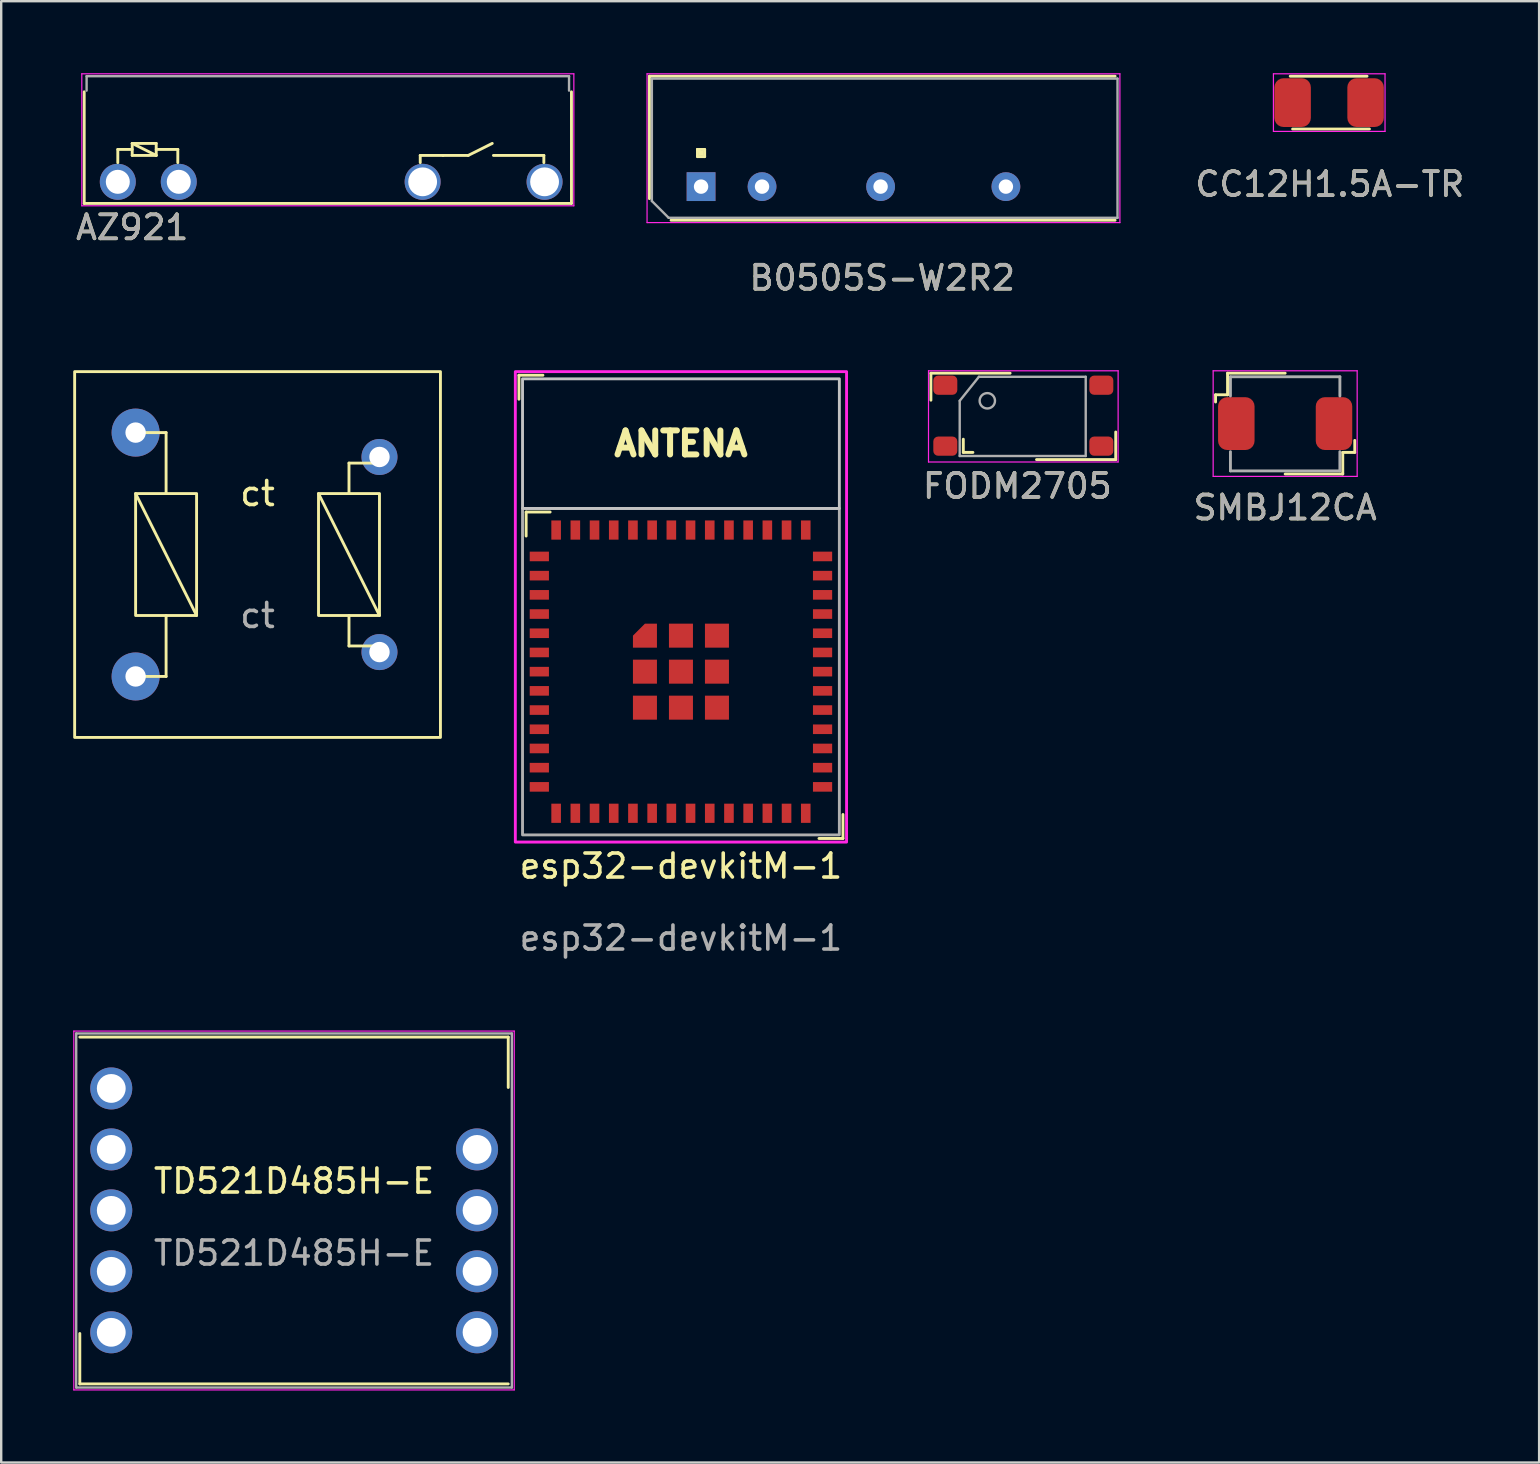
<source format=kicad_pcb>
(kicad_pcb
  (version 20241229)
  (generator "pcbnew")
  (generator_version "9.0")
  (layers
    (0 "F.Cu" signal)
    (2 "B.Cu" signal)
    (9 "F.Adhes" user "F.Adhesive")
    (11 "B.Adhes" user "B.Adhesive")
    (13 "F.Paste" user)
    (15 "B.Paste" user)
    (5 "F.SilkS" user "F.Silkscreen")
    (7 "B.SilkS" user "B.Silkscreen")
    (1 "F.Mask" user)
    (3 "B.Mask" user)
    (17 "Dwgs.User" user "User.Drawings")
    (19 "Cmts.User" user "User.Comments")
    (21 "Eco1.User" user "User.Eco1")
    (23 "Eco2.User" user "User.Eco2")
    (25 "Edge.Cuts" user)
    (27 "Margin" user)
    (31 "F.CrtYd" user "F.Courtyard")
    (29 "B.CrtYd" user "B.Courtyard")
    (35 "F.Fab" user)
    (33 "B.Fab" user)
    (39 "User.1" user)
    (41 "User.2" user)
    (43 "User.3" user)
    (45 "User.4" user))
  (footprint "TD521D485H-E"
    (layer "F.Cu")
    (at 9.2 47.157)
    (property "Reference" "TD521D485H-E" (at 0 -1 0) (unlocked yes) (layer "F.SilkS") (effects (font (size 1 1) (thickness 0.15))))
    (attr through_hole)
    (fp_line (start -8.925 -7) (end 8.925 -7) (stroke (width 0.12) (type solid)) (layer "F.SilkS"))
    (fp_line (start -8.925 7.45) (end -8.925 5.35) (stroke (width 0.12) (type solid)) (layer "F.SilkS"))
    (fp_line (start 8.925 -7) (end 8.925 -4.9) (stroke (width 0.12) (type solid)) (layer "F.SilkS"))
    (fp_line (start 8.925 7.45) (end -8.925 7.45) (stroke (width 0.12) (type solid)) (layer "F.SilkS"))
    (fp_line (start -9.175 -7.25) (end -9.175 7.7) (stroke (width 0.05) (type solid)) (layer "F.CrtYd"))
    (fp_line (start -9.175 7.7) (end 9.175 7.7) (stroke (width 0.05) (type solid)) (layer "F.CrtYd"))
    (fp_line (start 9.175 -7.25) (end -9.175 -7.25) (stroke (width 0.05) (type solid)) (layer "F.CrtYd"))
    (fp_line (start 9.175 7.7) (end 9.175 -7.25) (stroke (width 0.05) (type solid)) (layer "F.CrtYd"))
    (fp_line (start -9.075 -7.15) (end -9.075 7.6) (stroke (width 0.1) (type solid)) (layer "F.Fab"))
    (fp_line (start -9.075 7.6) (end 9.075 7.6) (stroke (width 0.1) (type solid)) (layer "F.Fab"))
    (fp_line (start 9.075 -7.15) (end -9.075 -7.15) (stroke (width 0.1) (type solid)) (layer "F.Fab"))
    (fp_line (start 9.075 7.6) (end 9.075 -7.15) (stroke (width 0.1) (type solid)) (layer "F.Fab"))
    (fp_text user "${REFERENCE}" (at 0 2 0) (unlocked yes) (layer "F.Fab") (effects (font (size 1 1) (thickness 0.15))))
    (pad "1" thru_hole circle (at -7.615 5.3) (size 1.75 1.75) (drill 1.2) (layers "*.Cu" "*.Mask"))
    (pad "2" thru_hole circle (at -7.615 2.76) (size 1.75 1.75) (drill 1.2) (layers "*.Cu" "*.Mask"))
    (pad "3" thru_hole circle (at -7.615 0.22) (size 1.75 1.75) (drill 1.2) (layers "*.Cu" "*.Mask"))
    (pad "4" thru_hole circle (at -7.615 -2.32) (size 1.75 1.75) (drill 1.2) (layers "*.Cu" "*.Mask"))
    (pad "5" thru_hole circle (at -7.615 -4.86) (size 1.75 1.75) (drill 1.2) (layers "*.Cu" "*.Mask"))
    (pad "7" thru_hole circle (at 7.625 -2.32) (size 1.75 1.75) (drill 1.2) (layers "*.Cu" "*.Mask"))
    (pad "8" thru_hole circle (at 7.625 0.22) (size 1.75 1.75) (drill 1.2) (layers "*.Cu" "*.Mask"))
    (pad "9" thru_hole circle (at 7.625 2.76) (size 1.75 1.75) (drill 1.2) (layers "*.Cu" "*.Mask"))
    (pad "10" thru_hole circle (at 7.625 5.3) (size 1.75 1.75) (drill 1.2) (layers "*.Cu" "*.Mask")))
  (footprint "ct"
    (layer "F.Cu")
    (at 7.68 20.053)
    (property "Reference" "ct" (at 0 -2.54 0) (unlocked yes) (layer "F.SilkS") (effects (font (size 1 1) (thickness 0.15))))
    (attr through_hole)
    (fp_line (start -5.08 -2.54) (end -2.54 2.54) (stroke (width 0.12) (type solid)) (layer "F.SilkS"))
    (fp_line (start -3.81 -5.08) (end -5.08 -5.08) (stroke (width 0.12) (type solid)) (layer "F.SilkS"))
    (fp_line (start -3.81 -2.54) (end -3.81 -5.08) (stroke (width 0.12) (type solid)) (layer "F.SilkS"))
    (fp_line (start -3.81 2.54) (end -3.81 5.08) (stroke (width 0.12) (type solid)) (layer "F.SilkS"))
    (fp_line (start -3.81 5.08) (end -5.08 5.08) (stroke (width 0.12) (type solid)) (layer "F.SilkS"))
    (fp_line (start 2.54 -2.54) (end 5.08 2.54) (stroke (width 0.12) (type solid)) (layer "F.SilkS"))
    (fp_line (start 3.81 -3.81) (end 5.08 -3.81) (stroke (width 0.12) (type solid)) (layer "F.SilkS"))
    (fp_line (start 3.81 -2.54) (end 3.81 -3.81) (stroke (width 0.12) (type solid)) (layer "F.SilkS"))
    (fp_line (start 3.81 2.54) (end 3.81 3.81) (stroke (width 0.12) (type solid)) (layer "F.SilkS"))
    (fp_line (start 3.81 3.81) (end 5.08 3.81) (stroke (width 0.12) (type solid)) (layer "F.SilkS"))
    (fp_rect (start -7.62 7.62) (end 7.62 -7.62) (stroke (width 0.12) (type solid)) (fill no) (layer "F.SilkS"))
    (fp_rect (start -5.08 -2.54) (end -2.54 2.54) (stroke (width 0.12) (type solid)) (fill no) (layer "F.SilkS"))
    (fp_rect (start 2.54 -2.54) (end 5.08 2.54) (stroke (width 0.12) (type solid)) (fill no) (layer "F.SilkS"))
    (fp_text user "${REFERENCE}" (at 0 2.54 0) (unlocked yes) (layer "F.Fab") (effects (font (size 1 1) (thickness 0.15))))
    (pad "1" thru_hole circle (at -5.08 -5.08) (size 2 2) (drill 0.85) (layers "*.Cu" "*.Mask"))
    (pad "2" thru_hole circle (at -5.08 5.08) (size 2 2) (drill 0.85) (layers "*.Cu" "*.Mask"))
    (pad "3" thru_hole circle (at 5.08 -4.064) (size 1.5 1.5) (drill 0.85) (layers "*.Cu" "*.Mask"))
    (pad "4" thru_hole circle (at 5.08 4.064) (size 1.5 1.5) (drill 0.85) (layers "*.Cu" "*.Mask")))
  (footprint "AZ921"
    (layer "F.Cu")
    (at 8.458 5.425)
    (property "Reference" "AZ921" (at -6 1 0) (unlocked yes) (layer "F.SilkS") (effects (font (size 1 1) (thickness 0.15))))
    (attr through_hole)
    (fp_line (start -8 0) (end -8 -4.65) (stroke (width 0.12) (type solid)) (layer "F.SilkS"))
    (fp_line (start -8 0) (end 12.3 0) (stroke (width 0.12) (type solid)) (layer "F.SilkS"))
    (fp_line (start -6.6 -2.25) (end -6.6 -1.7) (stroke (width 0.12) (type solid)) (layer "F.SilkS"))
    (fp_line (start -6 -2.5) (end -5 -2.5) (stroke (width 0.12) (type solid)) (layer "F.SilkS"))
    (fp_line (start -6 -2.5) (end -5 -2) (stroke (width 0.12) (type solid)) (layer "F.SilkS"))
    (fp_line (start -6 -2.25) (end -6.6 -2.25) (stroke (width 0.12) (type solid)) (layer "F.SilkS"))
    (fp_line (start -6 -2) (end -6 -2.5) (stroke (width 0.12) (type solid)) (layer "F.SilkS"))
    (fp_line (start -5 -2.5) (end -5 -2) (stroke (width 0.12) (type solid)) (layer "F.SilkS"))
    (fp_line (start -5 -2.25) (end -4.1 -2.25) (stroke (width 0.12) (type solid)) (layer "F.SilkS"))
    (fp_line (start -5 -2) (end -6 -2) (stroke (width 0.12) (type solid)) (layer "F.SilkS"))
    (fp_line (start -4.1 -2.25) (end -4.1 -1.7) (stroke (width 0.12) (type solid)) (layer "F.SilkS"))
    (fp_line (start 6 -2) (end 6.95 -2) (stroke (width 0.12) (type solid)) (layer "F.SilkS"))
    (fp_line (start 6 -1.7) (end 6 -2) (stroke (width 0.12) (type solid)) (layer "F.SilkS"))
    (fp_line (start 6.95 -2) (end 8 -2) (stroke (width 0.12) (type solid)) (layer "F.SilkS"))
    (fp_line (start 8 -2) (end 9 -2.5) (stroke (width 0.12) (type solid)) (layer "F.SilkS"))
    (fp_line (start 9.05 -2) (end 11.15 -2) (stroke (width 0.12) (type solid)) (layer "F.SilkS"))
    (fp_line (start 11.15 -2) (end 11.15 -1.7) (stroke (width 0.12) (type solid)) (layer "F.SilkS"))
    (fp_line (start 12.3 0) (end 12.3 -4.65) (stroke (width 0.12) (type solid)) (layer "F.SilkS"))
    (fp_line (start -8.1 -5.4) (end -8.1 0.1) (stroke (width 0.05) (type solid)) (layer "F.CrtYd"))
    (fp_line (start -8.1 0.1) (end 12.4 0.1) (stroke (width 0.05) (type solid)) (layer "F.CrtYd"))
    (fp_line (start 12.4 -5.4) (end -8.1 -5.4) (stroke (width 0.05) (type solid)) (layer "F.CrtYd"))
    (fp_line (start 12.4 0.1) (end 12.4 -5.4) (stroke (width 0.05) (type solid)) (layer "F.CrtYd"))
    (fp_line (start -7.9 -5.3) (end -7.9 -4.7) (stroke (width 0.1) (type solid)) (layer "F.Fab"))
    (fp_line (start 12.2 -5.3) (end -7.9 -5.3) (stroke (width 0.1) (type solid)) (layer "F.Fab"))
    (fp_line (start 12.2 -5.3) (end 12.2 -4.7) (stroke (width 0.1) (type solid)) (layer "F.Fab"))
    (fp_text user "${REFERENCE}" (at -6 1 0) (unlocked yes) (layer "F.Fab") (effects (font (size 1 1) (thickness 0.15))))
    (pad "1" thru_hole circle (at -6.6 -0.9) (size 1.5 1.5) (drill 1) (layers "*.Cu" "*.Mask"))
    (pad "2" thru_hole circle (at -4.06 -0.9) (size 1.5 1.5) (drill 1) (layers "*.Cu" "*.Mask"))
    (pad "3" thru_hole circle (at 6.1 -0.9) (size 1.5 1.5) (drill 1.2) (layers "*.Cu" "*.Mask"))
    (pad "4" thru_hole circle (at 11.18 -0.9) (size 1.5 1.5) (drill 1.2) (layers "*.Cu" "*.Mask")))
  (footprint "B0505S-W2R2"
    (layer "F.Cu")
    (at 33.708 3.125)
    (property "Reference" "B0505S-W2R2" (at 0 5.4 0) (unlocked yes) (layer "F.SilkS") (effects (font (size 1 1) (thickness 0.15))))
    (attr through_hole)
    (fp_line (start -9.7 -3) (end -9.7 2.1) (stroke (width 0.12) (type solid)) (layer "F.SilkS"))
    (fp_line (start -9.7 -3) (end 9.7 -3) (stroke (width 0.12) (type solid)) (layer "F.SilkS"))
    (fp_line (start -8.8 3) (end 9.7 3) (stroke (width 0.12) (type solid)) (layer "F.SilkS"))
    (fp_line (start -7.7 0.05) (end -7.7 0.35) (stroke (width 0.12) (type solid)) (layer "F.SilkS"))
    (fp_line (start -7.7 0.05) (end -7.6 0.15) (stroke (width 0.12) (type solid)) (layer "F.SilkS"))
    (fp_line (start -7.7 0.35) (end -7.4 0.35) (stroke (width 0.12) (type solid)) (layer "F.SilkS"))
    (fp_line (start -7.6 0.15) (end -7.5 0.15) (stroke (width 0.12) (type solid)) (layer "F.SilkS"))
    (fp_line (start -7.6 0.25) (end -7.6 0.15) (stroke (width 0.12) (type solid)) (layer "F.SilkS"))
    (fp_line (start -7.5 0.15) (end -7.5 0.25) (stroke (width 0.12) (type solid)) (layer "F.SilkS"))
    (fp_line (start -7.5 0.25) (end -7.6 0.25) (stroke (width 0.12) (type solid)) (layer "F.SilkS"))
    (fp_line (start -7.4 0.05) (end -7.7 0.05) (stroke (width 0.12) (type solid)) (layer "F.SilkS"))
    (fp_line (start -7.4 0.35) (end -7.4 0.05) (stroke (width 0.12) (type solid)) (layer "F.SilkS"))
    (fp_line (start -9.8 -3.1) (end 9.9 -3.1) (stroke (width 0.05) (type solid)) (layer "F.CrtYd"))
    (fp_line (start -9.8 3.1) (end -9.8 -3.1) (stroke (width 0.05) (type solid)) (layer "F.CrtYd"))
    (fp_line (start 9.9 -3.1) (end 9.9 3.1) (stroke (width 0.05) (type solid)) (layer "F.CrtYd"))
    (fp_line (start 9.9 3.1) (end -9.8 3.1) (stroke (width 0.05) (type solid)) (layer "F.CrtYd"))
    (fp_line (start -9.6 -2.9) (end -9.6 2.2) (stroke (width 0.1) (type solid)) (layer "F.Fab"))
    (fp_line (start -9.6 2.2) (end -8.9 2.9) (stroke (width 0.1) (type solid)) (layer "F.Fab"))
    (fp_line (start -8.9 2.9) (end 9.8 2.9) (stroke (width 0.1) (type solid)) (layer "F.Fab"))
    (fp_line (start 9.8 -2.9) (end -9.6 -2.9) (stroke (width 0.1) (type solid)) (layer "F.Fab"))
    (fp_line (start 9.8 2.9) (end 9.8 -2.9) (stroke (width 0.1) (type solid)) (layer "F.Fab"))
    (fp_text user "${REFERENCE}" (at 0 5.4 0) (unlocked yes) (layer "F.Fab") (effects (font (size 1 1) (thickness 0.15))))
    (pad "1" thru_hole rect (at -7.55 1.6) (size 1.2 1.2) (drill 0.6) (layers "*.Cu" "*.Mask"))
    (pad "2" thru_hole circle (at -5.01 1.6) (size 1.2 1.2) (drill 0.6) (layers "*.Cu" "*.Mask"))
    (pad "3" thru_hole circle (at -0.07 1.6) (size 1.2 1.2) (drill 0.6) (layers "*.Cu" "*.Mask"))
    (pad "4" thru_hole circle (at 5.15 1.6) (size 1.2 1.2) (drill 0.6) (layers "*.Cu" "*.Mask")))
  (footprint "SMBJ12CA"
    (layer "F.Cu")
    (at 50.493 14.598)
    (property "Reference" "SMBJ12CA" (at 0 3.5 0) (unlocked yes) (layer "F.SilkS") (effects (font (size 1 1) (thickness 0.15))))
    (attr smd)
    (fp_line (start -2.9 -1.2) (end -2.9 -0.9) (stroke (width 0.12) (type solid)) (layer "F.SilkS"))
    (fp_line (start -2.4 -2.1) (end -2.4 -1.2) (stroke (width 0.12) (type solid)) (layer "F.SilkS"))
    (fp_line (start -2.4 -1.2) (end -2.9 -1.2) (stroke (width 0.12) (type solid)) (layer "F.SilkS"))
    (fp_line (start 0 -2.1) (end -2.4 -2.1) (stroke (width 0.12) (type solid)) (layer "F.SilkS"))
    (fp_line (start 0 2.1) (end 2.4 2.1) (stroke (width 0.12) (type solid)) (layer "F.SilkS"))
    (fp_line (start 2.4 1.2) (end 2.9 1.2) (stroke (width 0.12) (type solid)) (layer "F.SilkS"))
    (fp_line (start 2.4 2.1) (end 2.4 1.2) (stroke (width 0.12) (type solid)) (layer "F.SilkS"))
    (fp_line (start 2.9 1.2) (end 2.9 0.7) (stroke (width 0.12) (type solid)) (layer "F.SilkS"))
    (fp_line (start -3 -2.2) (end 3 -2.2) (stroke (width 0.05) (type solid)) (layer "F.CrtYd"))
    (fp_line (start -3 2.2) (end -3 -2.2) (stroke (width 0.05) (type solid)) (layer "F.CrtYd"))
    (fp_line (start -2.9 2.2) (end -3 2.2) (stroke (width 0.05) (type solid)) (layer "F.CrtYd"))
    (fp_line (start 3 -2.2) (end 3 2.2) (stroke (width 0.05) (type solid)) (layer "F.CrtYd"))
    (fp_line (start 3 2.2) (end -2.9 2.2) (stroke (width 0.05) (type solid)) (layer "F.CrtYd"))
    (fp_line (start -2.28 -1.95) (end -2.28 -1.15) (stroke (width 0.12) (type solid)) (layer "F.Fab"))
    (fp_line (start -2.28 1.97) (end -2.28 1.17) (stroke (width 0.12) (type solid)) (layer "F.Fab"))
    (fp_line (start -2.28 1.97) (end 2.28 1.97) (stroke (width 0.12) (type solid)) (layer "F.Fab"))
    (fp_line (start 2.28 -1.95) (end -2.28 -1.95) (stroke (width 0.12) (type solid)) (layer "F.Fab"))
    (fp_line (start 2.28 -1.95) (end 2.28 -1.15) (stroke (width 0.12) (type solid)) (layer "F.Fab"))
    (fp_line (start 2.28 1.97) (end 2.28 1.17) (stroke (width 0.12) (type solid)) (layer "F.Fab"))
    (fp_text user "${REFERENCE}" (at 0 3.5 0) (unlocked yes) (layer "F.Fab") (effects (font (size 1 1) (thickness 0.15))))
    (pad "1" smd roundrect (at -2.035 0) (size 1.52 2.2) (layers "F.Cu" "F.Mask" "F.Paste") (roundrect_rratio 0.25))
    (pad "2" smd roundrect (at 2.035 0) (size 1.52 2.2) (layers "F.Cu" "F.Mask" "F.Paste") (roundrect_rratio 0.25)))
  (footprint "FODM2705"
    (layer "F.Cu")
    (at 39.334 13.998)
    (property "Reference" "FODM2705" (at 0 3.2 0) (unlocked yes) (layer "F.SilkS") (effects (font (size 1 1) (thickness 0.15))))
    (attr smd)
    (fp_line (start -3.6 -1.5) (end -0.3 -1.5) (stroke (width 0.12) (type solid)) (layer "F.SilkS"))
    (fp_line (start -3.6 -0.375) (end -3.6 -1.5) (stroke (width 0.12) (type solid)) (layer "F.SilkS"))
    (fp_line (start -2.25 1.25) (end -2.25 1.8) (stroke (width 0.12) (type solid)) (layer "F.SilkS"))
    (fp_line (start -2.25 1.8) (end -1.85 1.8) (stroke (width 0.12) (type solid)) (layer "F.SilkS"))
    (fp_line (start 0.8 2.1) (end 4.1 2.1) (stroke (width 0.12) (type solid)) (layer "F.SilkS"))
    (fp_line (start 4.1 2.1) (end 4.1 0.95) (stroke (width 0.12) (type solid)) (layer "F.SilkS"))
    (fp_line (start -3.7 -1.6) (end 4.2 -1.6) (stroke (width 0.05) (type solid)) (layer "F.CrtYd"))
    (fp_line (start -3.7 2.2) (end -3.7 -1.6) (stroke (width 0.05) (type solid)) (layer "F.CrtYd"))
    (fp_line (start 4.2 -1.6) (end 4.2 2.2) (stroke (width 0.05) (type solid)) (layer "F.CrtYd"))
    (fp_line (start 4.2 2.2) (end -3.7 2.2) (stroke (width 0.05) (type solid)) (layer "F.CrtYd"))
    (fp_line (start -2.4 -0.35) (end -1.6 -1.35) (stroke (width 0.1) (type solid)) (layer "F.Fab"))
    (fp_line (start -2.4 1.95) (end -2.4 -0.35) (stroke (width 0.1) (type solid)) (layer "F.Fab"))
    (fp_line (start -1.6 -1.35) (end 2.85 -1.35) (stroke (width 0.1) (type solid)) (layer "F.Fab"))
    (fp_line (start 2.85 -1.35) (end 2.85 1.95) (stroke (width 0.1) (type solid)) (layer "F.Fab"))
    (fp_line (start 2.85 1.95) (end -2.4 1.95) (stroke (width 0.1) (type solid)) (layer "F.Fab"))
    (fp_circle (center -1.25 -0.35) (end -1.45 -0.6) (stroke (width 0.1) (type solid)) (fill no) (layer "F.Fab"))
    (fp_text user "${REFERENCE}" (at 0 3.2 0) (unlocked yes) (layer "F.Fab") (effects (font (size 1 1) (thickness 0.15))))
    (pad "1" smd roundrect (at -3 -1) (size 1 0.8) (layers "F.Cu" "F.Mask" "F.Paste") (roundrect_rratio 0.25))
    (pad "2" smd roundrect (at -3 1.54) (size 1 0.8) (layers "F.Cu" "F.Mask" "F.Paste") (roundrect_rratio 0.25))
    (pad "3" smd roundrect (at 3.5 1.54) (size 1 0.8) (layers "F.Cu" "F.Mask" "F.Paste") (roundrect_rratio 0.25))
    (pad "4" smd roundrect (at 3.5 -1) (size 1 0.8) (layers "F.Cu" "F.Mask" "F.Paste") (roundrect_rratio 0.25)))
  (footprint "CC12H1.5A-TR"
    (layer "F.Cu")
    (at 50.804 1.225)
    (property "Reference" "CC12H1.5A-TR" (at 1.55 3.4 0) (unlocked yes) (layer "F.SilkS") (effects (font (size 1 1) (thickness 0.15))))
    (attr smd)
    (fp_line (start -0.1 -1.1) (end 3.1 -1.1) (stroke (width 0.12) (type solid)) (layer "F.SilkS"))
    (fp_line (start 0 1.1) (end 3.2 1.1) (stroke (width 0.12) (type solid)) (layer "F.SilkS"))
    (fp_line (start -0.8 -1.2) (end -0.8 1.2) (stroke (width 0.05) (type solid)) (layer "F.CrtYd"))
    (fp_line (start -0.8 1.2) (end 3.85 1.2) (stroke (width 0.05) (type solid)) (layer "F.CrtYd"))
    (fp_line (start 3.85 -1.2) (end -0.8 -1.2) (stroke (width 0.05) (type solid)) (layer "F.CrtYd"))
    (fp_line (start 3.85 1.2) (end 3.85 -1.2) (stroke (width 0.05) (type solid)) (layer "F.CrtYd"))
    (fp_text user "${REFERENCE}" (at 1.55 3.4 0) (unlocked yes) (layer "F.Fab") (effects (font (size 1 1) (thickness 0.15))))
    (pad "1" smd roundrect (at 0 0) (size 1.52 2.03) (layers "F.Cu" "F.Mask" "F.Paste") (roundrect_rratio 0.25))
    (pad "2" smd roundrect (at 3.04 0) (size 1.52 2.03) (layers "F.Cu" "F.Mask" "F.Paste") (roundrect_rratio 0.25)))
  (footprint "esp32-devkitM-1"
    (layer "F.Cu")
    (at 25.32 24.933)
    (property "Reference" "esp32-devkitM-1" (at 0 8.1 0) (unlocked yes) (layer "F.SilkS") (effects (font (size 1 1) (thickness 0.15))))
    (attr smd)
    (fp_line (start -6.75 -12.35) (end -6.75 -11.35) (stroke (width 0.12) (type solid)) (layer "F.SilkS"))
    (fp_line (start -6.45 -6.65) (end -6.45 -5.65) (stroke (width 0.12) (type solid)) (layer "F.SilkS"))
    (fp_line (start -5.75 -12.35) (end -6.75 -12.35) (stroke (width 0.12) (type solid)) (layer "F.SilkS"))
    (fp_line (start -5.45 -6.65) (end -6.45 -6.65) (stroke (width 0.12) (type solid)) (layer "F.SilkS"))
    (fp_line (start 5.75 6.95) (end 6.75 6.95) (stroke (width 0.12) (type solid)) (layer "F.SilkS"))
    (fp_line (start 6.75 6.95) (end 6.75 5.95) (stroke (width 0.12) (type solid)) (layer "F.SilkS"))
    (fp_rect (start -6.6 -6.8) (end 6.6 -12.2) (stroke (width 0.12) (type solid)) (fill no) (layer "Dwgs.User"))
    (fp_rect (start -6.9 -12.5) (end 6.9 7.1) (stroke (width 0.12) (type solid)) (fill no) (layer "F.CrtYd"))
    (fp_rect (start -6.6 -6.8) (end 6.6 6.8) (stroke (width 0.12) (type solid)) (fill no) (layer "F.Fab"))
    (fp_text user "ANTENA" (at 0 -9.5 0) (unlocked yes) (layer "F.SilkS") (effects (font (size 1 1) (thickness 0.25))))
    (fp_text user "${REFERENCE}" (at 0 11.1 0) (unlocked yes) (layer "F.Fab") (effects (font (size 1 1) (thickness 0.15))))
    (pad "1" smd rect (at -5.9 -4.8) (size 0.8 0.4) (layers "F.Cu" "F.Mask" "F.Paste"))
    (pad "2" smd rect (at -5.9 -4) (size 0.8 0.4) (layers "F.Cu" "F.Mask" "F.Paste"))
    (pad "3" smd rect (at -5.9 -3.2) (size 0.8 0.4) (layers "F.Cu" "F.Mask" "F.Paste"))
    (pad "4" smd rect (at -5.9 -2.4) (size 0.8 0.4) (layers "F.Cu" "F.Mask" "F.Paste"))
    (pad "5" smd rect (at -5.9 -1.6) (size 0.8 0.4) (layers "F.Cu" "F.Mask" "F.Paste"))
    (pad "6" smd rect (at -5.9 -0.8) (size 0.8 0.4) (layers "F.Cu" "F.Mask" "F.Paste"))
    (pad "7" smd rect (at -5.9 0) (size 0.8 0.4) (layers "F.Cu" "F.Mask" "F.Paste"))
    (pad "8" smd rect (at -5.9 0.8) (size 0.8 0.4) (layers "F.Cu" "F.Mask" "F.Paste"))
    (pad "9" smd rect (at -5.9 1.6) (size 0.8 0.4) (layers "F.Cu" "F.Mask" "F.Paste"))
    (pad "10" smd rect (at -5.9 2.4) (size 0.8 0.4) (layers "F.Cu" "F.Mask" "F.Paste"))
    (pad "11" smd rect (at -5.9 3.2) (size 0.8 0.4) (layers "F.Cu" "F.Mask" "F.Paste"))
    (pad "12" smd rect (at -5.9 4) (size 0.8 0.4) (layers "F.Cu" "F.Mask" "F.Paste"))
    (pad "13" smd rect (at -5.9 4.8) (size 0.8 0.4) (layers "F.Cu" "F.Mask" "F.Paste"))
    (pad "14" smd rect (at -5.2 5.9 90) (size 0.8 0.4) (layers "F.Cu" "F.Mask" "F.Paste"))
    (pad "15" smd rect (at -4.4 5.9 90) (size 0.8 0.4) (layers "F.Cu" "F.Mask" "F.Paste"))
    (pad "16" smd rect (at -3.6 5.9 90) (size 0.8 0.4) (layers "F.Cu" "F.Mask" "F.Paste"))
    (pad "17" smd rect (at -2.8 5.9 90) (size 0.8 0.4) (layers "F.Cu" "F.Mask" "F.Paste"))
    (pad "18" smd rect (at -2 5.9 90) (size 0.8 0.4) (layers "F.Cu" "F.Mask" "F.Paste"))
    (pad "19" smd rect (at -1.2 5.9 90) (size 0.8 0.4) (layers "F.Cu" "F.Mask" "F.Paste"))
    (pad "20" smd rect (at -0.4 5.9 90) (size 0.8 0.4) (layers "F.Cu" "F.Mask" "F.Paste"))
    (pad "21" smd rect (at 0.4 5.9 90) (size 0.8 0.4) (layers "F.Cu" "F.Mask" "F.Paste"))
    (pad "22" smd rect (at 1.2 5.9 90) (size 0.8 0.4) (layers "F.Cu" "F.Mask" "F.Paste"))
    (pad "23" smd rect (at 2 5.9 90) (size 0.8 0.4) (layers "F.Cu" "F.Mask" "F.Paste"))
    (pad "24" smd rect (at 2.8 5.9 90) (size 0.8 0.4) (layers "F.Cu" "F.Mask" "F.Paste"))
    (pad "25" smd rect (at 3.6 5.9 90) (size 0.8 0.4) (layers "F.Cu" "F.Mask" "F.Paste"))
    (pad "26" smd rect (at 4.4 5.9 90) (size 0.8 0.4) (layers "F.Cu" "F.Mask" "F.Paste"))
    (pad "27" smd rect (at 5.2 5.9 90) (size 0.8 0.4) (layers "F.Cu" "F.Mask" "F.Paste"))
    (pad "28" smd rect (at 5.9 4.8 180) (size 0.8 0.4) (layers "F.Cu" "F.Mask" "F.Paste"))
    (pad "29" smd rect (at 5.9 4 180) (size 0.8 0.4) (layers "F.Cu" "F.Mask" "F.Paste"))
    (pad "30" smd rect (at 5.9 3.2 180) (size 0.8 0.4) (layers "F.Cu" "F.Mask" "F.Paste"))
    (pad "31" smd rect (at 5.9 2.4 180) (size 0.8 0.4) (layers "F.Cu" "F.Mask" "F.Paste"))
    (pad "32" smd rect (at 5.9 1.6 180) (size 0.8 0.4) (layers "F.Cu" "F.Mask" "F.Paste"))
    (pad "33" smd rect (at 5.9 0.8 180) (size 0.8 0.4) (layers "F.Cu" "F.Mask" "F.Paste"))
    (pad "34" smd rect (at 5.9 0 180) (size 0.8 0.4) (layers "F.Cu" "F.Mask" "F.Paste"))
    (pad "35" smd rect (at 5.9 -0.8 180) (size 0.8 0.4) (layers "F.Cu" "F.Mask" "F.Paste"))
    (pad "36" smd rect (at 5.9 -1.6 180) (size 0.8 0.4) (layers "F.Cu" "F.Mask" "F.Paste"))
    (pad "37" smd rect (at 5.9 -2.4 180) (size 0.8 0.4) (layers "F.Cu" "F.Mask" "F.Paste"))
    (pad "38" smd rect (at 5.9 -3.2 180) (size 0.8 0.4) (layers "F.Cu" "F.Mask" "F.Paste"))
    (pad "39" smd rect (at 5.9 -4 180) (size 0.8 0.4) (layers "F.Cu" "F.Mask" "F.Paste"))
    (pad "40" smd rect (at 5.9 -4.8 180) (size 0.8 0.4) (layers "F.Cu" "F.Mask" "F.Paste"))
    (pad "41" smd rect (at 5.2 -5.9 270) (size 0.8 0.4) (layers "F.Cu" "F.Mask" "F.Paste"))
    (pad "42" smd rect (at 4.4 -5.9 270) (size 0.8 0.4) (layers "F.Cu" "F.Mask" "F.Paste"))
    (pad "43" smd rect (at 3.6 -5.9 270) (size 0.8 0.4) (layers "F.Cu" "F.Mask" "F.Paste"))
    (pad "44" smd rect (at 2.8 -5.9 270) (size 0.8 0.4) (layers "F.Cu" "F.Mask" "F.Paste"))
    (pad "45" smd rect (at 2 -5.9 270) (size 0.8 0.4) (layers "F.Cu" "F.Mask" "F.Paste"))
    (pad "46" smd rect (at 1.2 -5.9 270) (size 0.8 0.4) (layers "F.Cu" "F.Mask" "F.Paste"))
    (pad "47" smd rect (at 0.4 -5.9 270) (size 0.8 0.4) (layers "F.Cu" "F.Mask" "F.Paste"))
    (pad "48" smd rect (at -0.4 -5.9 270) (size 0.8 0.4) (layers "F.Cu" "F.Mask" "F.Paste"))
    (pad "49" smd rect (at -1.2 -5.9 270) (size 0.8 0.4) (layers "F.Cu" "F.Mask" "F.Paste"))
    (pad "50" smd rect (at -2 -5.9 270) (size 0.8 0.4) (layers "F.Cu" "F.Mask" "F.Paste"))
    (pad "51" smd rect (at -2.8 -5.9 270) (size 0.8 0.4) (layers "F.Cu" "F.Mask" "F.Paste"))
    (pad "52" smd rect (at -3.6 -5.9 270) (size 0.8 0.4) (layers "F.Cu" "F.Mask" "F.Paste"))
    (pad "53" smd rect (at -4.4 -5.9 270) (size 0.8 0.4) (layers "F.Cu" "F.Mask" "F.Paste"))
    (pad "54" smd rect (at -5.2 -5.9 270) (size 0.8 0.4) (layers "F.Cu" "F.Mask" "F.Paste"))
    (pad "55" smd roundrect (at -1.5 -1.5 270) (size 1 1) (layers "F.Cu" "F.Mask" "F.Paste") (roundrect_rratio 0) (chamfer_ratio 0.5) (chamfer bottom_left))
    (pad "55" smd rect (at -1.5 0 270) (size 1 1) (layers "F.Cu" "F.Mask" "F.Paste"))
    (pad "55" smd rect (at -1.5 1.5 270) (size 1 1) (layers "F.Cu" "F.Mask" "F.Paste"))
    (pad "55" smd rect (at 0 -1.5 270) (size 1 1) (layers "F.Cu" "F.Mask" "F.Paste"))
    (pad "55" smd rect (at 0 0 270) (size 1 1) (layers "F.Cu" "F.Mask" "F.Paste"))
    (pad "55" smd rect (at 0 1.5 270) (size 1 1) (layers "F.Cu" "F.Mask" "F.Paste"))
    (pad "55" smd rect (at 1.5 -1.5 270) (size 1 1) (layers "F.Cu" "F.Mask" "F.Paste"))
    (pad "55" smd rect (at 1.5 0 270) (size 1 1) (layers "F.Cu" "F.Mask" "F.Paste"))
    (pad "55" smd rect (at 1.5 1.5 270) (size 1 1) (layers "F.Cu" "F.Mask" "F.Paste")))
  (gr_rect
    (start -3 -3)
    (end 61.074 57.882)
    (stroke (width 0.1) (type default))
    (fill no)
    (layer "Edge.Cuts")))
</source>
